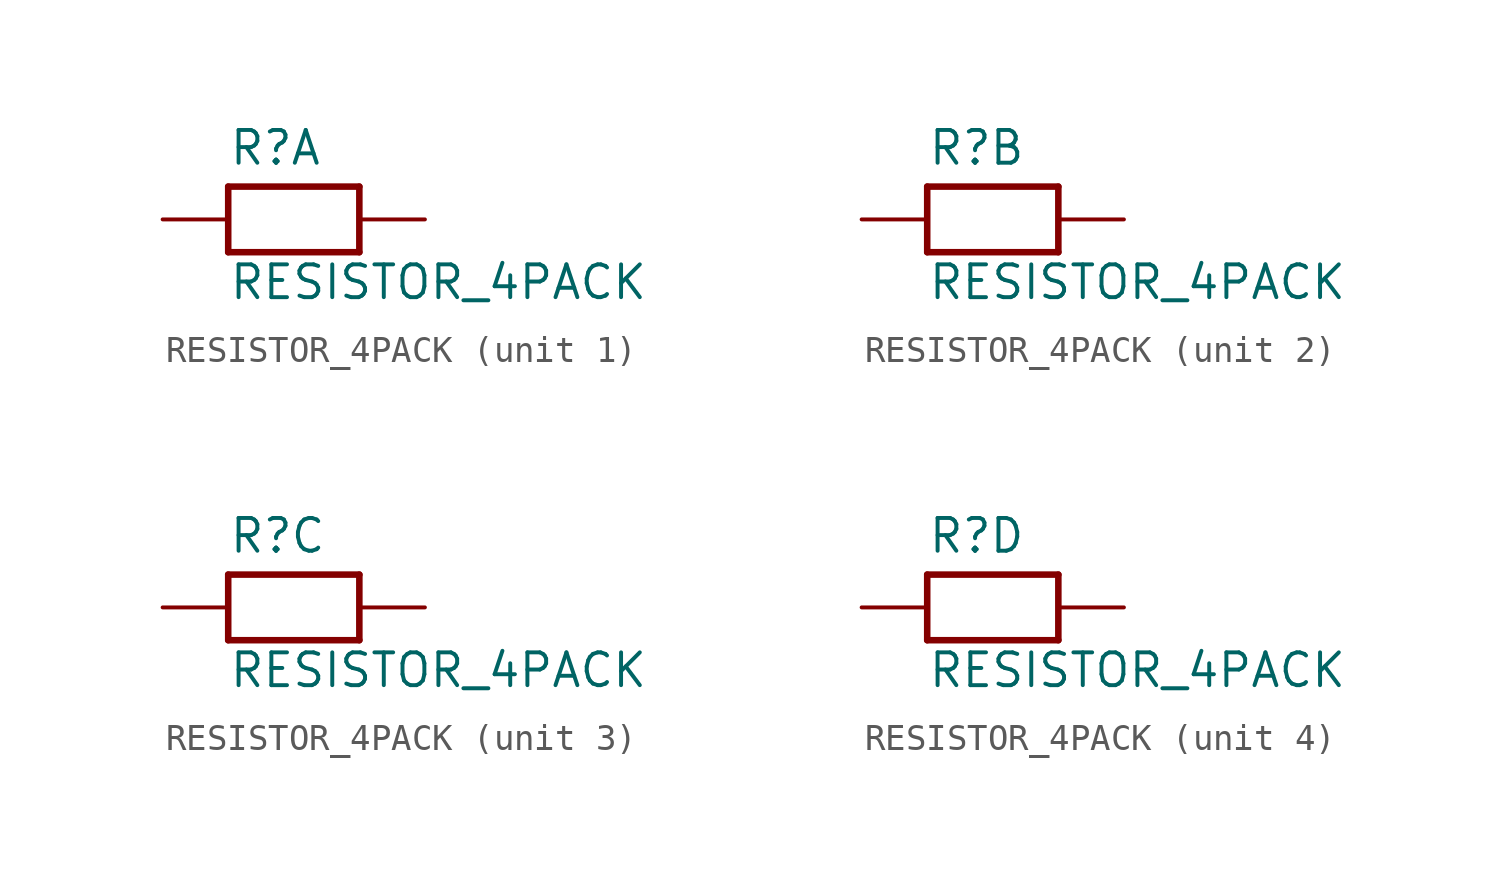
<source format=kicad_sym>
(kicad_symbol_lib
  (version 20211014)
  (generator kicad_symbol_editor)
  (symbol "RESISTOR_4PACK"
    (property "Reference" "R"
      (at -2.54 2.032 0)
      (effects (font (size 1.27 1.27)) (justify left bottom)))
    (property "Value" "RESISTOR_4PACK"
      (at -2.54 -3.175 0)
      (effects (font (size 1.27 1.27)) (justify left bottom)))
    (property "ki_locked" ""
      (at 0 0 0)
      (effects (font (size 1.27 1.27))))
    (symbol "RESISTOR_4PACK_1_0"
      (polyline (pts (xy -2.54 -1.27) (xy -2.54 1.27)) (stroke (width 0.254) (type default) (color 0 0 0 0)) (fill (type none)))
      (polyline (pts (xy -2.54 1.27) (xy 2.54 1.27)) (stroke (width 0.254) (type default) (color 0 0 0 0)) (fill (type none)))
      (polyline (pts (xy 2.54 -1.27) (xy -2.54 -1.27)) (stroke (width 0.254) (type default) (color 0 0 0 0)) (fill (type none)))
      (polyline (pts (xy 2.54 1.27) (xy 2.54 -1.27)) (stroke (width 0.254) (type default) (color 0 0 0 0)) (fill (type none)))
      (pin passive line (at -5.08 0 0) (length 2.54) (name "1" (effects (font (size 0 0)))) (number "1" (effects (font (size 0 0)))))
      (pin passive line (at 5.08 0 180) (length 2.54) (name "2" (effects (font (size 0 0)))) (number "8" (effects (font (size 0 0))))))
    (symbol "RESISTOR_4PACK_2_0"
      (polyline (pts (xy -2.54 -1.27) (xy -2.54 1.27)) (stroke (width 0.254) (type default) (color 0 0 0 0)) (fill (type none)))
      (polyline (pts (xy -2.54 1.27) (xy 2.54 1.27)) (stroke (width 0.254) (type default) (color 0 0 0 0)) (fill (type none)))
      (polyline (pts (xy 2.54 -1.27) (xy -2.54 -1.27)) (stroke (width 0.254) (type default) (color 0 0 0 0)) (fill (type none)))
      (polyline (pts (xy 2.54 1.27) (xy 2.54 -1.27)) (stroke (width 0.254) (type default) (color 0 0 0 0)) (fill (type none)))
      (pin passive line (at -5.08 0 0) (length 2.54) (name "1" (effects (font (size 0 0)))) (number "2" (effects (font (size 0 0)))))
      (pin passive line (at 5.08 0 180) (length 2.54) (name "2" (effects (font (size 0 0)))) (number "7" (effects (font (size 0 0))))))
    (symbol "RESISTOR_4PACK_3_0"
      (polyline (pts (xy -2.54 -1.27) (xy -2.54 1.27)) (stroke (width 0.254) (type default) (color 0 0 0 0)) (fill (type none)))
      (polyline (pts (xy -2.54 1.27) (xy 2.54 1.27)) (stroke (width 0.254) (type default) (color 0 0 0 0)) (fill (type none)))
      (polyline (pts (xy 2.54 -1.27) (xy -2.54 -1.27)) (stroke (width 0.254) (type default) (color 0 0 0 0)) (fill (type none)))
      (polyline (pts (xy 2.54 1.27) (xy 2.54 -1.27)) (stroke (width 0.254) (type default) (color 0 0 0 0)) (fill (type none)))
      (pin passive line (at -5.08 0 0) (length 2.54) (name "1" (effects (font (size 0 0)))) (number "3" (effects (font (size 0 0)))))
      (pin passive line (at 5.08 0 180) (length 2.54) (name "2" (effects (font (size 0 0)))) (number "6" (effects (font (size 0 0))))))
    (symbol "RESISTOR_4PACK_4_0"
      (polyline (pts (xy -2.54 -1.27) (xy -2.54 1.27)) (stroke (width 0.254) (type default) (color 0 0 0 0)) (fill (type none)))
      (polyline (pts (xy -2.54 1.27) (xy 2.54 1.27)) (stroke (width 0.254) (type default) (color 0 0 0 0)) (fill (type none)))
      (polyline (pts (xy 2.54 -1.27) (xy -2.54 -1.27)) (stroke (width 0.254) (type default) (color 0 0 0 0)) (fill (type none)))
      (polyline (pts (xy 2.54 1.27) (xy 2.54 -1.27)) (stroke (width 0.254) (type default) (color 0 0 0 0)) (fill (type none)))
      (pin passive line (at -5.08 0 0) (length 2.54) (name "1" (effects (font (size 0 0)))) (number "4" (effects (font (size 0 0)))))
      (pin passive line (at 5.08 0 180) (length 2.54) (name "2" (effects (font (size 0 0)))) (number "5" (effects (font (size 0 0))))))))
</source>
